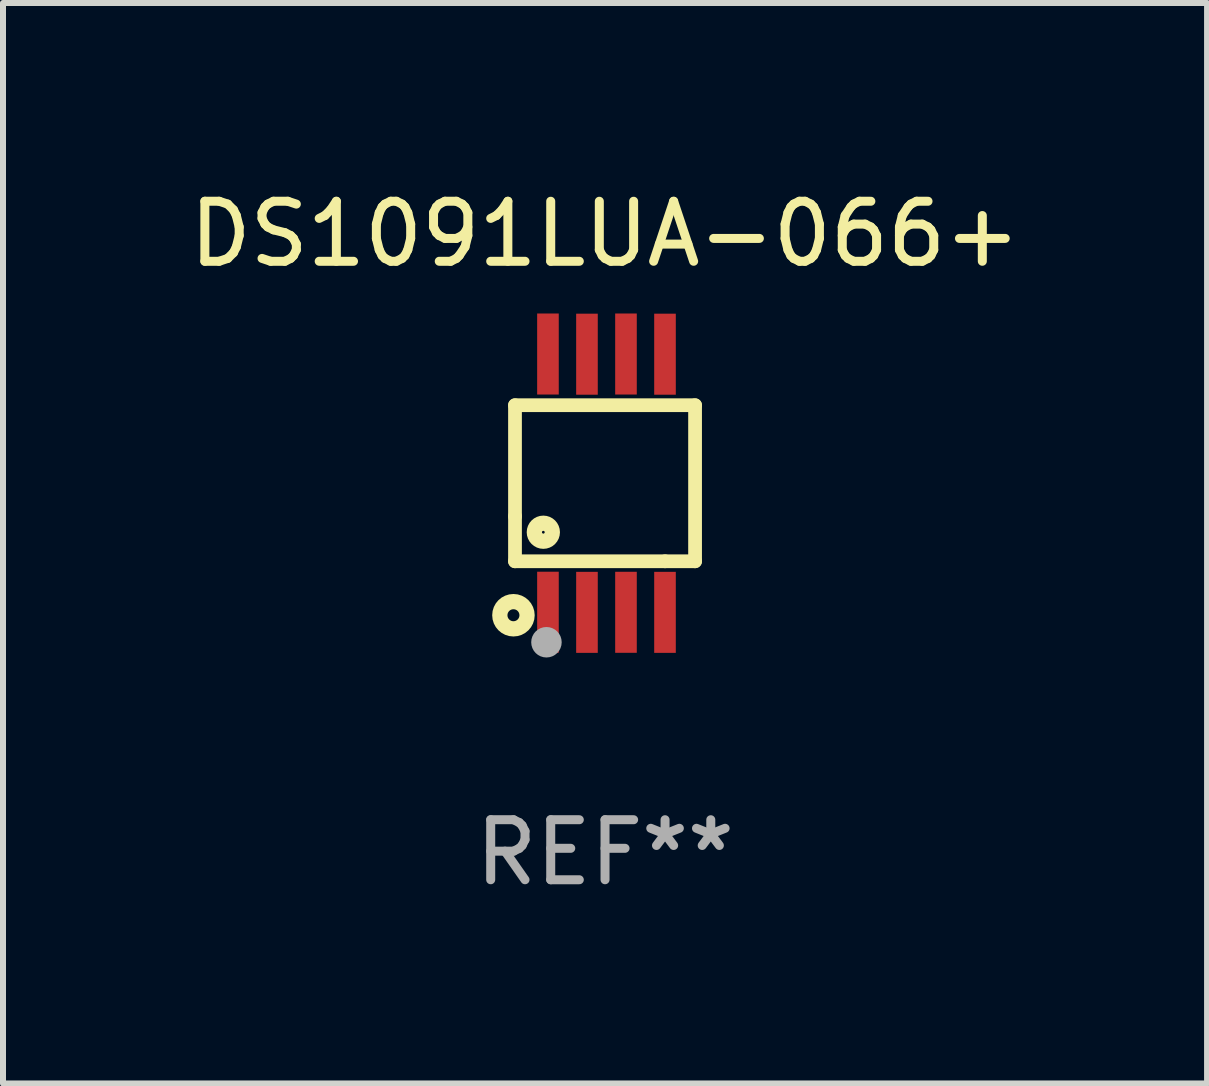
<source format=kicad_pcb>
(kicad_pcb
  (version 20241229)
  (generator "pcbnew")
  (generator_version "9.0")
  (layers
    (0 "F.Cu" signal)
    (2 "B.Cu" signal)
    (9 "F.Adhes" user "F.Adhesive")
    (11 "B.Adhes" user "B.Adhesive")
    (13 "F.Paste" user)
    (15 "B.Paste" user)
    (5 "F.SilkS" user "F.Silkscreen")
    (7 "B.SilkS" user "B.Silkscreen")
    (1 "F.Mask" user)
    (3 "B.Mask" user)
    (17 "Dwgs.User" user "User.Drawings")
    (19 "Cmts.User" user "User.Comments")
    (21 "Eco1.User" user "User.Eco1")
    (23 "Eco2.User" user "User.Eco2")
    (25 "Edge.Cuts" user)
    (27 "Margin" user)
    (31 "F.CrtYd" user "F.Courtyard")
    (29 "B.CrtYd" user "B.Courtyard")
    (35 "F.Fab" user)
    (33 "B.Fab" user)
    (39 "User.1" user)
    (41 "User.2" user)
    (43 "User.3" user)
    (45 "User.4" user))
  (footprint "DS1091LUA-066+"
    (layer "F.Cu")
    (at 7.03 5)
    (property "Reference" "DS1091LUA-066+" (at 0 -4.152 0) (layer "F.SilkS") (effects (font (size 1 1) (thickness 0.15))))
    (attr through_hole)
    (fp_line (start -1.5 1.301) (end 1 1.301) (stroke (width 0.229) (type solid)) (layer "F.SilkS"))
    (fp_line (start -1.5 -1.299) (end -1.5 0.551) (stroke (width 0.229) (type solid)) (layer "F.SilkS"))
    (fp_line (start -1.5 0.551) (end -1.5 1.301) (stroke (width 0.229) (type solid)) (layer "F.SilkS"))
    (fp_line (start 1 1.301) (end 1.5 1.301) (stroke (width 0.229) (type solid)) (layer "F.SilkS"))
    (fp_line (start 1.5 1.301) (end 1.5 -1.299) (stroke (width 0.229) (type solid)) (layer "F.SilkS"))
    (fp_line (start 1.5 -1.299) (end -1.5 -1.299) (stroke (width 0.229) (type solid)) (layer "F.SilkS"))
    (fp_circle (center -1.526 2.2) (end -1.426 2.2) (stroke (width 0.254) (type solid)) (fill no) (layer "F.SilkS"))
    (fp_circle (center -1.476 2.45) (end -1.446 2.45) (stroke (width 0.06) (type solid)) (fill no) (layer "F.SilkS"))
    (fp_circle (center -1.028 0.817) (end -0.878 0.817) (stroke (width 0.254) (type solid)) (fill no) (layer "F.SilkS"))
    (fp_circle (center -0.976 2.65) (end -0.849 2.65) (stroke (width 0.254) (type solid)) (fill no) (layer "F.Fab"))
    (fp_text user "REF**" (at 0 6.152 0) (layer "F.Fab") (effects (font (size 1 1) (thickness 0.15))))
    (pad "1" smd rect (at -0.951 2.15) (size 0.36 1.35) (layers "F.Cu" "F.Mask" "F.Paste"))
    (pad "2" smd rect (at -0.301 2.152) (size 0.36 1.35) (layers "F.Cu" "F.Mask" "F.Paste"))
    (pad "3" smd rect (at 0.349 2.151) (size 0.36 1.35) (layers "F.Cu" "F.Mask" "F.Paste"))
    (pad "4" smd rect (at 0.999 2.152) (size 0.36 1.35) (layers "F.Cu" "F.Mask" "F.Paste"))
    (pad "5" smd rect (at 0.999 -2.149) (size 0.36 1.35) (layers "F.Cu" "F.Mask" "F.Paste"))
    (pad "6" smd rect (at 0.349 -2.152) (size 0.36 1.35) (layers "F.Cu" "F.Mask" "F.Paste"))
    (pad "7" smd rect (at -0.301 -2.149) (size 0.36 1.35) (layers "F.Cu" "F.Mask" "F.Paste"))
    (pad "8" smd rect (at -0.951 -2.152) (size 0.36 1.35) (layers "F.Cu" "F.Mask" "F.Paste")))
  (gr_rect
    (start -3 -3)
    (end 17.06 15.001)
    (stroke (width 0.1) (type default))
    (fill no)
    (layer "Edge.Cuts")))
</source>
